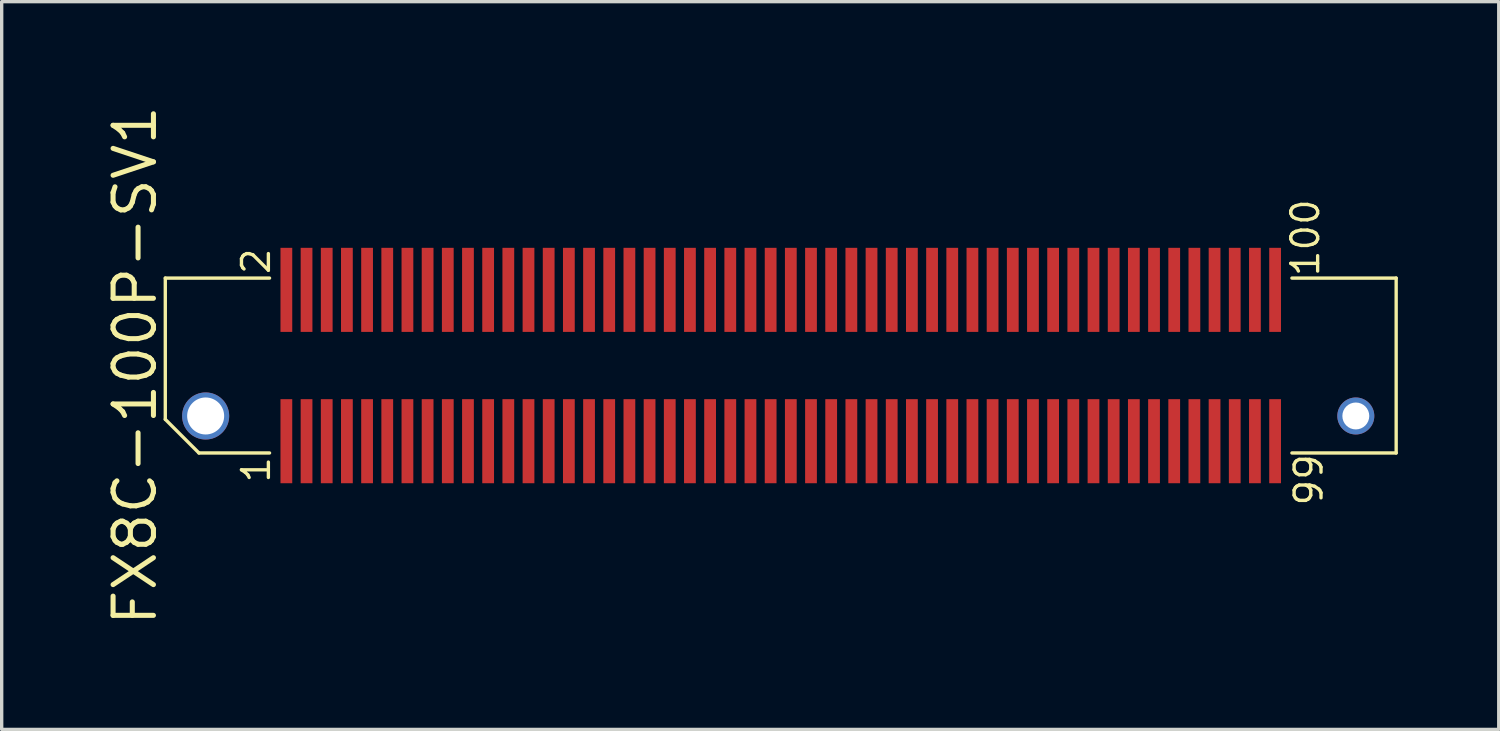
<source format=kicad_pcb>
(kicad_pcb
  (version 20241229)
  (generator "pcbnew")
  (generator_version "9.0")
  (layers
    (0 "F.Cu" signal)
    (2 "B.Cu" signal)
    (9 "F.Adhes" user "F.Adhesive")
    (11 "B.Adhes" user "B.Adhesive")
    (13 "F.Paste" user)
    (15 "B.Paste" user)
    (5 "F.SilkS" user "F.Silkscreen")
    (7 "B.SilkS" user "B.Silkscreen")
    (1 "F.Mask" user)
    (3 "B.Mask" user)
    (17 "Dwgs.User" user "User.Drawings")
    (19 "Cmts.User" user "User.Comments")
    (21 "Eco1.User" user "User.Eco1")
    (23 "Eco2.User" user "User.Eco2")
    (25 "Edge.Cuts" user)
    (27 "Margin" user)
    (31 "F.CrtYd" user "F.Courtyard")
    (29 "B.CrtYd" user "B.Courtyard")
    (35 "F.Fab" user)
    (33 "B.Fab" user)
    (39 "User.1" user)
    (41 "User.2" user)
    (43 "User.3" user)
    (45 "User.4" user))
  (footprint "FX8C-100P-SV1"
    (layer "F.Cu")
    (at 20.165 7.819)
    (property "Reference" "FX8C-100P-SV1" (at -19.2 0 90) (layer "F.SilkS") (effects (font (size 1.2 1.2) (thickness 0.15))))
    (attr through_hole)
    (fp_line (start -18.3 -2.6) (end -18.3 1.6) (stroke (width 0.1) (type solid)) (layer "F.SilkS"))
    (fp_line (start -18.3 -2.6) (end -15.2 -2.6) (stroke (width 0.1) (type solid)) (layer "F.SilkS"))
    (fp_line (start -17.3 2.6) (end -18.3 1.6) (stroke (width 0.1) (type solid)) (layer "F.SilkS"))
    (fp_line (start -17.3 2.6) (end -15.2 2.6) (stroke (width 0.1) (type solid)) (layer "F.SilkS"))
    (fp_line (start 18.3 -2.6) (end 15.2 -2.6) (stroke (width 0.1) (type solid)) (layer "F.SilkS"))
    (fp_line (start 18.3 -2.6) (end 18.3 2.6) (stroke (width 0.1) (type solid)) (layer "F.SilkS"))
    (fp_line (start 18.3 2.6) (end 15.2 2.6) (stroke (width 0.1) (type solid)) (layer "F.SilkS"))
    (fp_text user "1" (at -15.6 3.1 90) (layer "F.SilkS") (effects (font (size 0.8 0.8) (thickness 0.1))))
    (fp_text user "2" (at -15.6 -3.1 90) (layer "F.SilkS") (effects (font (size 0.8 0.8) (thickness 0.1))))
    (fp_text user "99" (at 15.7 3.4 90) (layer "F.SilkS") (effects (font (size 0.8 0.8) (thickness 0.1))))
    (fp_text user "100" (at 15.6 -3.8 90) (layer "F.SilkS") (effects (font (size 0.8 0.8) (thickness 0.1))))
    (pad "" np_thru_hole circle (at -17.1 1.5) (size 1.4 1.4) (drill 1.1) (layers "*.Cu" "*.Mask"))
    (pad "" np_thru_hole circle (at 17.1 1.5) (size 1.1 1.1) (drill 0.8) (layers "*.Cu" "*.Mask"))
    (pad "1" smd rect (at -14.7 2.25) (size 0.35 2.5) (layers "F.Cu" "F.Mask" "F.Paste"))
    (pad "2" smd rect (at -14.7 -2.25) (size 0.35 2.5) (layers "F.Cu" "F.Mask" "F.Paste"))
    (pad "3" smd rect (at -14.1 2.25) (size 0.35 2.5) (layers "F.Cu" "F.Mask" "F.Paste"))
    (pad "4" smd rect (at -14.1 -2.25) (size 0.35 2.5) (layers "F.Cu" "F.Mask" "F.Paste"))
    (pad "5" smd rect (at -13.5 2.25) (size 0.35 2.5) (layers "F.Cu" "F.Mask" "F.Paste"))
    (pad "6" smd rect (at -13.5 -2.25) (size 0.35 2.5) (layers "F.Cu" "F.Mask" "F.Paste"))
    (pad "7" smd rect (at -12.9 2.25) (size 0.35 2.5) (layers "F.Cu" "F.Mask" "F.Paste"))
    (pad "8" smd rect (at -12.9 -2.25) (size 0.35 2.5) (layers "F.Cu" "F.Mask" "F.Paste"))
    (pad "9" smd rect (at -12.3 2.25) (size 0.35 2.5) (layers "F.Cu" "F.Mask" "F.Paste"))
    (pad "10" smd rect (at -12.3 -2.25) (size 0.35 2.5) (layers "F.Cu" "F.Mask" "F.Paste"))
    (pad "11" smd rect (at -11.7 2.25) (size 0.35 2.5) (layers "F.Cu" "F.Mask" "F.Paste"))
    (pad "12" smd rect (at -11.7 -2.25) (size 0.35 2.5) (layers "F.Cu" "F.Mask" "F.Paste"))
    (pad "13" smd rect (at -11.1 2.25) (size 0.35 2.5) (layers "F.Cu" "F.Mask" "F.Paste"))
    (pad "14" smd rect (at -11.1 -2.25) (size 0.35 2.5) (layers "F.Cu" "F.Mask" "F.Paste"))
    (pad "15" smd rect (at -10.5 2.25) (size 0.35 2.5) (layers "F.Cu" "F.Mask" "F.Paste"))
    (pad "16" smd rect (at -10.5 -2.25) (size 0.35 2.5) (layers "F.Cu" "F.Mask" "F.Paste"))
    (pad "17" smd rect (at -9.9 2.25) (size 0.35 2.5) (layers "F.Cu" "F.Mask" "F.Paste"))
    (pad "18" smd rect (at -9.9 -2.25) (size 0.35 2.5) (layers "F.Cu" "F.Mask" "F.Paste"))
    (pad "19" smd rect (at -9.3 2.25) (size 0.35 2.5) (layers "F.Cu" "F.Mask" "F.Paste"))
    (pad "20" smd rect (at -9.3 -2.25) (size 0.35 2.5) (layers "F.Cu" "F.Mask" "F.Paste"))
    (pad "21" smd rect (at -8.7 2.25) (size 0.35 2.5) (layers "F.Cu" "F.Mask" "F.Paste"))
    (pad "22" smd rect (at -8.7 -2.25) (size 0.35 2.5) (layers "F.Cu" "F.Mask" "F.Paste"))
    (pad "23" smd rect (at -8.1 2.25) (size 0.35 2.5) (layers "F.Cu" "F.Mask" "F.Paste"))
    (pad "24" smd rect (at -8.1 -2.25) (size 0.35 2.5) (layers "F.Cu" "F.Mask" "F.Paste"))
    (pad "25" smd rect (at -7.5 2.25) (size 0.35 2.5) (layers "F.Cu" "F.Mask" "F.Paste"))
    (pad "26" smd rect (at -7.5 -2.25) (size 0.35 2.5) (layers "F.Cu" "F.Mask" "F.Paste"))
    (pad "27" smd rect (at -6.9 2.25) (size 0.35 2.5) (layers "F.Cu" "F.Mask" "F.Paste"))
    (pad "28" smd rect (at -6.9 -2.25) (size 0.35 2.5) (layers "F.Cu" "F.Mask" "F.Paste"))
    (pad "29" smd rect (at -6.3 2.25) (size 0.35 2.5) (layers "F.Cu" "F.Mask" "F.Paste"))
    (pad "30" smd rect (at -6.3 -2.25) (size 0.35 2.5) (layers "F.Cu" "F.Mask" "F.Paste"))
    (pad "31" smd rect (at -5.7 2.25) (size 0.35 2.5) (layers "F.Cu" "F.Mask" "F.Paste"))
    (pad "32" smd rect (at -5.7 -2.25) (size 0.35 2.5) (layers "F.Cu" "F.Mask" "F.Paste"))
    (pad "33" smd rect (at -5.1 2.25) (size 0.35 2.5) (layers "F.Cu" "F.Mask" "F.Paste"))
    (pad "34" smd rect (at -5.1 -2.25) (size 0.35 2.5) (layers "F.Cu" "F.Mask" "F.Paste"))
    (pad "35" smd rect (at -4.5 2.25) (size 0.35 2.5) (layers "F.Cu" "F.Mask" "F.Paste"))
    (pad "36" smd rect (at -4.5 -2.25) (size 0.35 2.5) (layers "F.Cu" "F.Mask" "F.Paste"))
    (pad "37" smd rect (at -3.9 2.25) (size 0.35 2.5) (layers "F.Cu" "F.Mask" "F.Paste"))
    (pad "38" smd rect (at -3.9 -2.25) (size 0.35 2.5) (layers "F.Cu" "F.Mask" "F.Paste"))
    (pad "39" smd rect (at -3.3 2.25) (size 0.35 2.5) (layers "F.Cu" "F.Mask" "F.Paste"))
    (pad "40" smd rect (at -3.3 -2.25) (size 0.35 2.5) (layers "F.Cu" "F.Mask" "F.Paste"))
    (pad "41" smd rect (at -2.7 2.25) (size 0.35 2.5) (layers "F.Cu" "F.Mask" "F.Paste"))
    (pad "42" smd rect (at -2.7 -2.25) (size 0.35 2.5) (layers "F.Cu" "F.Mask" "F.Paste"))
    (pad "43" smd rect (at -2.1 2.25) (size 0.35 2.5) (layers "F.Cu" "F.Mask" "F.Paste"))
    (pad "44" smd rect (at -2.1 -2.25) (size 0.35 2.5) (layers "F.Cu" "F.Mask" "F.Paste"))
    (pad "45" smd rect (at -1.5 2.25) (size 0.35 2.5) (layers "F.Cu" "F.Mask" "F.Paste"))
    (pad "46" smd rect (at -1.5 -2.25) (size 0.35 2.5) (layers "F.Cu" "F.Mask" "F.Paste"))
    (pad "47" smd rect (at -0.9 2.25) (size 0.35 2.5) (layers "F.Cu" "F.Mask" "F.Paste"))
    (pad "48" smd rect (at -0.9 -2.25) (size 0.35 2.5) (layers "F.Cu" "F.Mask" "F.Paste"))
    (pad "49" smd rect (at -0.3 2.25) (size 0.35 2.5) (layers "F.Cu" "F.Mask" "F.Paste"))
    (pad "50" smd rect (at -0.3 -2.25) (size 0.35 2.5) (layers "F.Cu" "F.Mask" "F.Paste"))
    (pad "51" smd rect (at 0.3 2.25) (size 0.35 2.5) (layers "F.Cu" "F.Mask" "F.Paste"))
    (pad "52" smd rect (at 0.3 -2.25) (size 0.35 2.5) (layers "F.Cu" "F.Mask" "F.Paste"))
    (pad "53" smd rect (at 0.9 2.25) (size 0.35 2.5) (layers "F.Cu" "F.Mask" "F.Paste"))
    (pad "54" smd rect (at 0.9 -2.25) (size 0.35 2.5) (layers "F.Cu" "F.Mask" "F.Paste"))
    (pad "55" smd rect (at 1.5 2.25) (size 0.35 2.5) (layers "F.Cu" "F.Mask" "F.Paste"))
    (pad "56" smd rect (at 1.5 -2.25) (size 0.35 2.5) (layers "F.Cu" "F.Mask" "F.Paste"))
    (pad "57" smd rect (at 2.1 2.25) (size 0.35 2.5) (layers "F.Cu" "F.Mask" "F.Paste"))
    (pad "58" smd rect (at 2.1 -2.25) (size 0.35 2.5) (layers "F.Cu" "F.Mask" "F.Paste"))
    (pad "59" smd rect (at 2.7 2.25) (size 0.35 2.5) (layers "F.Cu" "F.Mask" "F.Paste"))
    (pad "60" smd rect (at 2.7 -2.25) (size 0.35 2.5) (layers "F.Cu" "F.Mask" "F.Paste"))
    (pad "61" smd rect (at 3.3 2.25) (size 0.35 2.5) (layers "F.Cu" "F.Mask" "F.Paste"))
    (pad "62" smd rect (at 3.3 -2.25) (size 0.35 2.5) (layers "F.Cu" "F.Mask" "F.Paste"))
    (pad "63" smd rect (at 3.9 2.25) (size 0.35 2.5) (layers "F.Cu" "F.Mask" "F.Paste"))
    (pad "64" smd rect (at 3.9 -2.25) (size 0.35 2.5) (layers "F.Cu" "F.Mask" "F.Paste"))
    (pad "65" smd rect (at 4.5 2.25) (size 0.35 2.5) (layers "F.Cu" "F.Mask" "F.Paste"))
    (pad "66" smd rect (at 4.5 -2.25) (size 0.35 2.5) (layers "F.Cu" "F.Mask" "F.Paste"))
    (pad "67" smd rect (at 5.1 2.25) (size 0.35 2.5) (layers "F.Cu" "F.Mask" "F.Paste"))
    (pad "68" smd rect (at 5.1 -2.25) (size 0.35 2.5) (layers "F.Cu" "F.Mask" "F.Paste"))
    (pad "69" smd rect (at 5.7 2.25) (size 0.35 2.5) (layers "F.Cu" "F.Mask" "F.Paste"))
    (pad "70" smd rect (at 5.7 -2.25) (size 0.35 2.5) (layers "F.Cu" "F.Mask" "F.Paste"))
    (pad "71" smd rect (at 6.3 2.25) (size 0.35 2.5) (layers "F.Cu" "F.Mask" "F.Paste"))
    (pad "72" smd rect (at 6.3 -2.25) (size 0.35 2.5) (layers "F.Cu" "F.Mask" "F.Paste"))
    (pad "73" smd rect (at 6.9 2.25) (size 0.35 2.5) (layers "F.Cu" "F.Mask" "F.Paste"))
    (pad "74" smd rect (at 6.9 -2.25) (size 0.35 2.5) (layers "F.Cu" "F.Mask" "F.Paste"))
    (pad "75" smd rect (at 7.5 2.25) (size 0.35 2.5) (layers "F.Cu" "F.Mask" "F.Paste"))
    (pad "76" smd rect (at 7.5 -2.25) (size 0.35 2.5) (layers "F.Cu" "F.Mask" "F.Paste"))
    (pad "77" smd rect (at 8.1 2.25) (size 0.35 2.5) (layers "F.Cu" "F.Mask" "F.Paste"))
    (pad "78" smd rect (at 8.1 -2.25) (size 0.35 2.5) (layers "F.Cu" "F.Mask" "F.Paste"))
    (pad "79" smd rect (at 8.7 2.25) (size 0.35 2.5) (layers "F.Cu" "F.Mask" "F.Paste"))
    (pad "80" smd rect (at 8.7 -2.25) (size 0.35 2.5) (layers "F.Cu" "F.Mask" "F.Paste"))
    (pad "81" smd rect (at 9.3 2.25) (size 0.35 2.5) (layers "F.Cu" "F.Mask" "F.Paste"))
    (pad "82" smd rect (at 9.3 -2.25) (size 0.35 2.5) (layers "F.Cu" "F.Mask" "F.Paste"))
    (pad "83" smd rect (at 9.9 2.25) (size 0.35 2.5) (layers "F.Cu" "F.Mask" "F.Paste"))
    (pad "84" smd rect (at 9.9 -2.25) (size 0.35 2.5) (layers "F.Cu" "F.Mask" "F.Paste"))
    (pad "85" smd rect (at 10.5 2.25) (size 0.35 2.5) (layers "F.Cu" "F.Mask" "F.Paste"))
    (pad "86" smd rect (at 10.5 -2.25) (size 0.35 2.5) (layers "F.Cu" "F.Mask" "F.Paste"))
    (pad "87" smd rect (at 11.1 2.25) (size 0.35 2.5) (layers "F.Cu" "F.Mask" "F.Paste"))
    (pad "88" smd rect (at 11.1 -2.25) (size 0.35 2.5) (layers "F.Cu" "F.Mask" "F.Paste"))
    (pad "89" smd rect (at 11.7 2.25) (size 0.35 2.5) (layers "F.Cu" "F.Mask" "F.Paste"))
    (pad "90" smd rect (at 11.7 -2.25) (size 0.35 2.5) (layers "F.Cu" "F.Mask" "F.Paste"))
    (pad "91" smd rect (at 12.3 2.25) (size 0.35 2.5) (layers "F.Cu" "F.Mask" "F.Paste"))
    (pad "92" smd rect (at 12.3 -2.25) (size 0.35 2.5) (layers "F.Cu" "F.Mask" "F.Paste"))
    (pad "93" smd rect (at 12.9 2.25) (size 0.35 2.5) (layers "F.Cu" "F.Mask" "F.Paste"))
    (pad "94" smd rect (at 12.9 -2.25) (size 0.35 2.5) (layers "F.Cu" "F.Mask" "F.Paste"))
    (pad "95" smd rect (at 13.5 2.25) (size 0.35 2.5) (layers "F.Cu" "F.Mask" "F.Paste"))
    (pad "96" smd rect (at 13.5 -2.25) (size 0.35 2.5) (layers "F.Cu" "F.Mask" "F.Paste"))
    (pad "97" smd rect (at 14.1 2.25) (size 0.35 2.5) (layers "F.Cu" "F.Mask" "F.Paste"))
    (pad "98" smd rect (at 14.1 -2.25) (size 0.35 2.5) (layers "F.Cu" "F.Mask" "F.Paste"))
    (pad "99" smd rect (at 14.7 2.25) (size 0.35 2.5) (layers "F.Cu" "F.Mask" "F.Paste"))
    (pad "100" smd rect (at 14.7 -2.25) (size 0.35 2.5) (layers "F.Cu" "F.Mask" "F.Paste")))
  (gr_rect
    (start -3 -3)
    (end 41.515 18.639)
    (stroke (width 0.1) (type default))
    (fill no)
    (layer "Edge.Cuts")))
</source>
